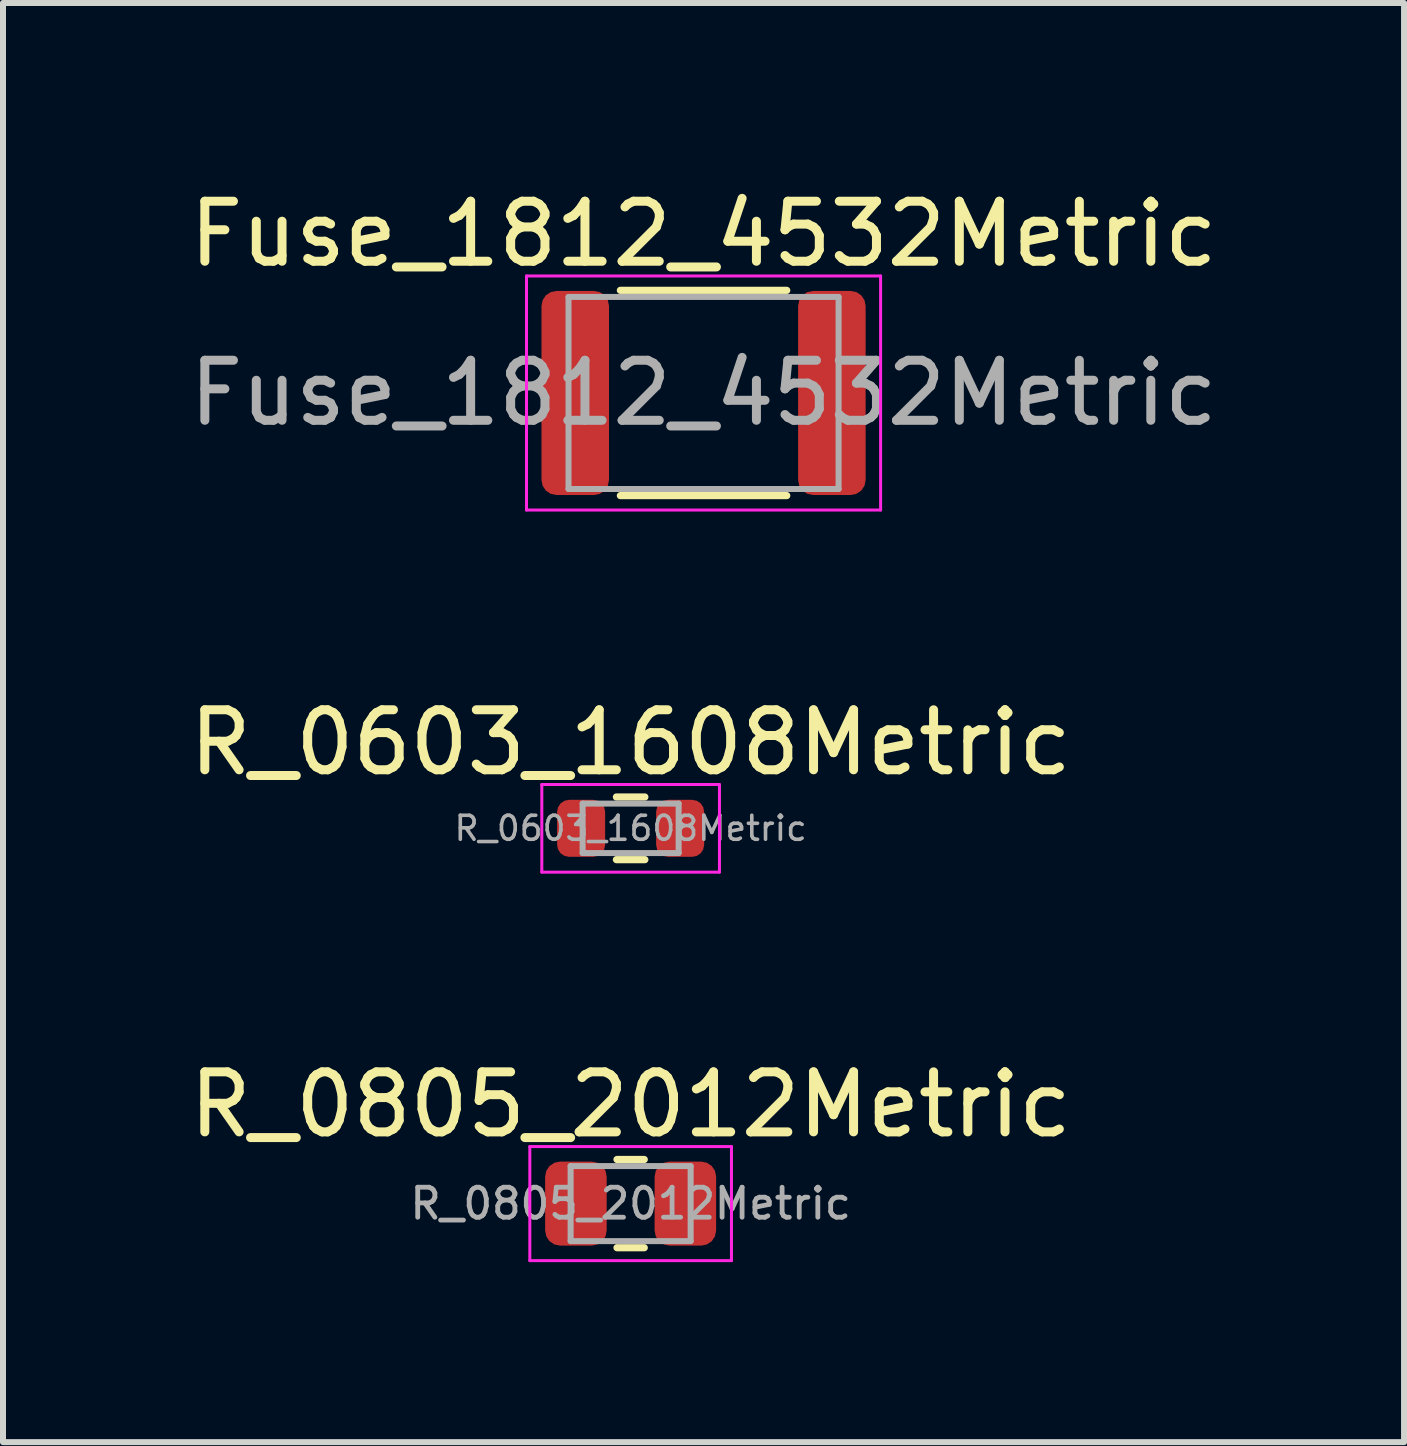
<source format=kicad_pcb>
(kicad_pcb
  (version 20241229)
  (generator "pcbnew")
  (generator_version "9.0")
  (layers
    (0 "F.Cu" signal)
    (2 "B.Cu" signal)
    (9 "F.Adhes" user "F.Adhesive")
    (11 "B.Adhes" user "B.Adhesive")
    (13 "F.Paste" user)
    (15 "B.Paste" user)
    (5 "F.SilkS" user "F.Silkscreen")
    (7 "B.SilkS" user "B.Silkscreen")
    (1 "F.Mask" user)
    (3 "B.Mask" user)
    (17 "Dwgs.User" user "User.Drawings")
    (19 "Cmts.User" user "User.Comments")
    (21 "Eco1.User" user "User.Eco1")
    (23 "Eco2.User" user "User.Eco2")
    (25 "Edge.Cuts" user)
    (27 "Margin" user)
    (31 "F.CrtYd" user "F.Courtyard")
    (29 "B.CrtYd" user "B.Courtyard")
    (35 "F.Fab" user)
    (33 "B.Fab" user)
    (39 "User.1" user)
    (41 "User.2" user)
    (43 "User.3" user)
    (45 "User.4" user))
  (footprint "R_0805_2012Metric"
    (layer "F.Cu")
    (at 7.458 17.005)
    (property "Reference" "R_0805_2012Metric" (at 0 -1.65 0) (layer "F.SilkS") (effects (font (size 1 1) (thickness 0.15))))
    (attr smd)
    (fp_line (start -0.227 -0.735) (end 0.227 -0.735) (stroke (width 0.12) (type solid)) (layer "F.SilkS"))
    (fp_line (start -0.227 0.735) (end 0.227 0.735) (stroke (width 0.12) (type solid)) (layer "F.SilkS"))
    (fp_line (start -1.68 -0.95) (end 1.68 -0.95) (stroke (width 0.05) (type solid)) (layer "F.CrtYd"))
    (fp_line (start -1.68 0.95) (end -1.68 -0.95) (stroke (width 0.05) (type solid)) (layer "F.CrtYd"))
    (fp_line (start 1.68 -0.95) (end 1.68 0.95) (stroke (width 0.05) (type solid)) (layer "F.CrtYd"))
    (fp_line (start 1.68 0.95) (end -1.68 0.95) (stroke (width 0.05) (type solid)) (layer "F.CrtYd"))
    (fp_line (start -1 -0.625) (end 1 -0.625) (stroke (width 0.1) (type solid)) (layer "F.Fab"))
    (fp_line (start -1 0.625) (end -1 -0.625) (stroke (width 0.1) (type solid)) (layer "F.Fab"))
    (fp_line (start 1 -0.625) (end 1 0.625) (stroke (width 0.1) (type solid)) (layer "F.Fab"))
    (fp_line (start 1 0.625) (end -1 0.625) (stroke (width 0.1) (type solid)) (layer "F.Fab"))
    (fp_text user "${REFERENCE}" (at 0 0 0) (layer "F.Fab") (effects (font (size 0.5 0.5) (thickness 0.08))))
    (pad "1" smd roundrect (at -0.912 0) (size 1.025 1.4) (layers "F.Cu" "F.Mask" "F.Paste") (roundrect_rratio 0.244))
    (pad "2" smd roundrect (at 0.912 0) (size 1.025 1.4) (layers "F.Cu" "F.Mask" "F.Paste") (roundrect_rratio 0.244)))
  (footprint "Fuse_1812_4532Metric"
    (layer "F.Cu")
    (at 8.673 3.498)
    (property "Reference" "Fuse_1812_4532Metric" (at 0 -2.65 0) (layer "F.SilkS") (effects (font (size 1 1) (thickness 0.15))))
    (attr smd)
    (fp_line (start -1.386 -1.71) (end 1.386 -1.71) (stroke (width 0.12) (type solid)) (layer "F.SilkS"))
    (fp_line (start -1.386 1.71) (end 1.386 1.71) (stroke (width 0.12) (type solid)) (layer "F.SilkS"))
    (fp_line (start -2.95 -1.95) (end 2.95 -1.95) (stroke (width 0.05) (type solid)) (layer "F.CrtYd"))
    (fp_line (start -2.95 1.95) (end -2.95 -1.95) (stroke (width 0.05) (type solid)) (layer "F.CrtYd"))
    (fp_line (start 2.95 -1.95) (end 2.95 1.95) (stroke (width 0.05) (type solid)) (layer "F.CrtYd"))
    (fp_line (start 2.95 1.95) (end -2.95 1.95) (stroke (width 0.05) (type solid)) (layer "F.CrtYd"))
    (fp_line (start -2.25 -1.6) (end 2.25 -1.6) (stroke (width 0.1) (type solid)) (layer "F.Fab"))
    (fp_line (start -2.25 1.6) (end -2.25 -1.6) (stroke (width 0.1) (type solid)) (layer "F.Fab"))
    (fp_line (start 2.25 -1.6) (end 2.25 1.6) (stroke (width 0.1) (type solid)) (layer "F.Fab"))
    (fp_line (start 2.25 1.6) (end -2.25 1.6) (stroke (width 0.1) (type solid)) (layer "F.Fab"))
    (fp_text user "${REFERENCE}" (at 0 0 0) (layer "F.Fab") (effects (font (size 1 1) (thickness 0.15))))
    (pad "1" smd roundrect (at -2.138 0) (size 1.125 3.4) (layers "F.Cu" "F.Mask" "F.Paste") (roundrect_rratio 0.222))
    (pad "2" smd roundrect (at 2.138 0) (size 1.125 3.4) (layers "F.Cu" "F.Mask" "F.Paste") (roundrect_rratio 0.222)))
  (footprint "R_0603_1608Metric"
    (layer "F.Cu")
    (at 7.458 10.752)
    (property "Reference" "R_0603_1608Metric" (at 0 -1.43 0) (layer "F.SilkS") (effects (font (size 1 1) (thickness 0.15))))
    (attr smd)
    (fp_line (start -0.237 -0.522) (end 0.237 -0.522) (stroke (width 0.12) (type solid)) (layer "F.SilkS"))
    (fp_line (start -0.237 0.522) (end 0.237 0.522) (stroke (width 0.12) (type solid)) (layer "F.SilkS"))
    (fp_line (start -1.48 -0.73) (end 1.48 -0.73) (stroke (width 0.05) (type solid)) (layer "F.CrtYd"))
    (fp_line (start -1.48 0.73) (end -1.48 -0.73) (stroke (width 0.05) (type solid)) (layer "F.CrtYd"))
    (fp_line (start 1.48 -0.73) (end 1.48 0.73) (stroke (width 0.05) (type solid)) (layer "F.CrtYd"))
    (fp_line (start 1.48 0.73) (end -1.48 0.73) (stroke (width 0.05) (type solid)) (layer "F.CrtYd"))
    (fp_line (start -0.8 -0.412) (end 0.8 -0.412) (stroke (width 0.1) (type solid)) (layer "F.Fab"))
    (fp_line (start -0.8 0.412) (end -0.8 -0.412) (stroke (width 0.1) (type solid)) (layer "F.Fab"))
    (fp_line (start 0.8 -0.412) (end 0.8 0.412) (stroke (width 0.1) (type solid)) (layer "F.Fab"))
    (fp_line (start 0.8 0.412) (end -0.8 0.412) (stroke (width 0.1) (type solid)) (layer "F.Fab"))
    (fp_text user "${REFERENCE}" (at 0 0 0) (layer "F.Fab") (effects (font (size 0.4 0.4) (thickness 0.06))))
    (pad "1" smd roundrect (at -0.825 0) (size 0.8 0.95) (layers "F.Cu" "F.Mask" "F.Paste") (roundrect_rratio 0.25))
    (pad "2" smd roundrect (at 0.825 0) (size 0.8 0.95) (layers "F.Cu" "F.Mask" "F.Paste") (roundrect_rratio 0.25)))
  (gr_rect
    (start -3 -3)
    (end 20.345 20.98)
    (stroke (width 0.1) (type default))
    (fill no)
    (layer "Edge.Cuts")))
</source>
